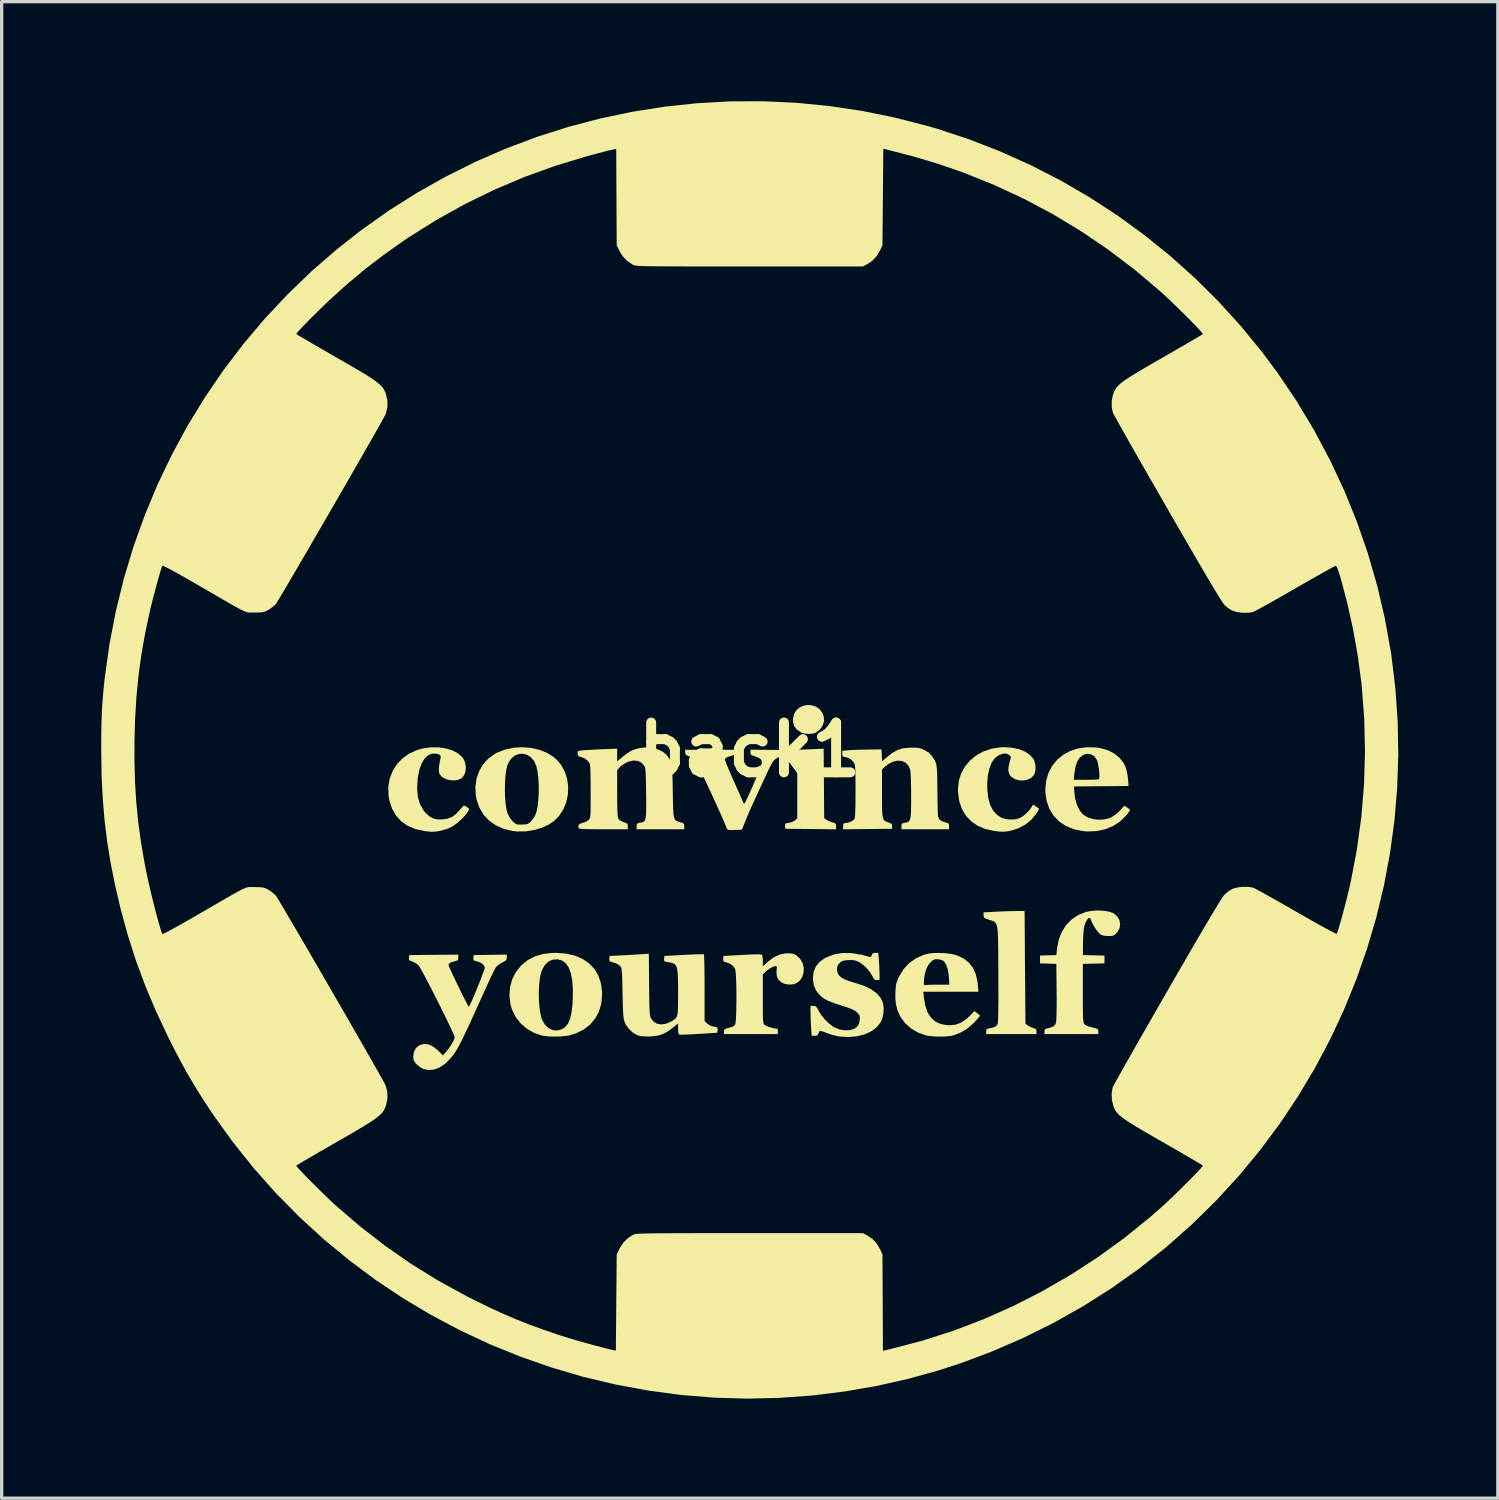
<source format=kicad_pcb>
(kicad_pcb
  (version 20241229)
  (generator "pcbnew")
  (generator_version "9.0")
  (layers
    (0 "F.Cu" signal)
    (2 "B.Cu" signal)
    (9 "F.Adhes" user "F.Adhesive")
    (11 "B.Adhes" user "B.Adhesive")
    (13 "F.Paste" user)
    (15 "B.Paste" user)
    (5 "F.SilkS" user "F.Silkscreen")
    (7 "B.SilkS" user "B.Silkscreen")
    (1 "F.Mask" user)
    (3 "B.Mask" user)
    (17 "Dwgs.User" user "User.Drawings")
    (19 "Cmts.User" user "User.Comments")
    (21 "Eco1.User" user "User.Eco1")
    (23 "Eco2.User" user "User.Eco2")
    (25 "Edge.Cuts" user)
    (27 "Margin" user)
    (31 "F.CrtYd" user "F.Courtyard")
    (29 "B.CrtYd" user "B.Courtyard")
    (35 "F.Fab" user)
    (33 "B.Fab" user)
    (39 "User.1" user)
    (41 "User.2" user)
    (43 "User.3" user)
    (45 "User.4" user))
  (footprint "back1"
    (layer "F.Cu")
    (at 19.533 19.54)
    (property "Reference" "back1" (at 0 0 0) (layer "F.SilkS") (effects (font (size 1.5 1.5) (thickness 0.3))))
    (attr board_only exclude_from_pos_files exclude_from_bom)
    (fp_poly (pts (xy -3.243 -6.998) (xy -3.071 -6.978) (xy -2.98 -6.958) (xy -2.667 -6.846) (xy -2.381 -6.69) (xy -2.127 -6.494) (xy -1.907 -6.26) (xy -1.753 -6.037) (xy -1.611 -5.749) (xy -1.519 -5.452) (xy -1.475 -5.15) (xy -1.478 -4.848) (xy -1.526 -4.552) (xy -1.617 -4.267) (xy -1.75 -3.997) (xy -1.924 -3.747) (xy -2.137 -3.523) (xy -2.387 -3.33) (xy -2.597 -3.209) (xy -2.821 -3.119) (xy -3.075 -3.056) (xy -3.343 -3.021) (xy -3.607 -3.016) (xy -3.844 -3.042) (xy -4.142 -3.123) (xy -4.416 -3.248) (xy -4.672 -3.419) (xy -4.88 -3.604) (xy -5.089 -3.842) (xy -5.251 -4.092) (xy -5.367 -4.363) (xy -5.441 -4.645) (xy -5.475 -4.961) (xy -5.46 -5.271) (xy -5.397 -5.57) (xy -5.289 -5.854) (xy -5.14 -6.118) (xy -4.952 -6.357) (xy -4.728 -6.568) (xy -4.47 -6.745) (xy -4.182 -6.885) (xy -3.961 -6.958) (xy -3.814 -6.986) (xy -3.632 -7.002) (xy -3.436 -7.006)) (stroke (width 0) (type solid)) (fill yes) (layer "F.Mask"))
    (fp_poly (pts (xy 3.568 -7.006) (xy 3.777 -6.989) (xy 3.961 -6.957) (xy 3.998 -6.947) (xy 4.304 -6.833) (xy 4.583 -6.677) (xy 4.831 -6.481) (xy 5.045 -6.25) (xy 5.22 -5.988) (xy 5.353 -5.7) (xy 5.439 -5.389) (xy 5.441 -5.382) (xy 5.475 -5.062) (xy 5.458 -4.743) (xy 5.388 -4.43) (xy 5.266 -4.125) (xy 5.183 -3.97) (xy 5.102 -3.855) (xy 4.991 -3.724) (xy 4.862 -3.589) (xy 4.727 -3.463) (xy 4.6 -3.359) (xy 4.516 -3.302) (xy 4.228 -3.161) (xy 3.925 -3.065) (xy 3.617 -3.015) (xy 3.311 -3.013) (xy 3.205 -3.024) (xy 2.894 -3.093) (xy 2.606 -3.206) (xy 2.342 -3.36) (xy 2.108 -3.55) (xy 1.904 -3.771) (xy 1.736 -4.02) (xy 1.606 -4.29) (xy 1.518 -4.579) (xy 1.475 -4.882) (xy 1.48 -5.194) (xy 1.5 -5.342) (xy 1.582 -5.663) (xy 1.709 -5.958) (xy 1.878 -6.225) (xy 2.087 -6.46) (xy 2.333 -6.659) (xy 2.612 -6.821) (xy 2.922 -6.941) (xy 2.98 -6.958) (xy 3.151 -6.991) (xy 3.353 -7.006)) (stroke (width 0) (type solid)) (fill yes) (layer "F.Mask"))
    (fp_poly (pts (xy 0.218 -13.011) (xy 0.402 -12.99) (xy 0.57 -12.951) (xy 0.74 -12.889) (xy 0.865 -12.833) (xy 1.142 -12.672) (xy 1.385 -12.472) (xy 1.592 -12.239) (xy 1.76 -11.976) (xy 1.884 -11.689) (xy 1.964 -11.382) (xy 1.994 -11.06) (xy 1.995 -11.024) (xy 1.976 -10.733) (xy 1.918 -10.46) (xy 1.816 -10.189) (xy 1.777 -10.107) (xy 1.717 -9.996) (xy 1.654 -9.899) (xy 1.577 -9.803) (xy 1.475 -9.692) (xy 1.411 -9.627) (xy 1.203 -9.438) (xy 0.997 -9.293) (xy 0.779 -9.182) (xy 0.536 -9.099) (xy 0.532 -9.098) (xy 0.372 -9.064) (xy 0.187 -9.04) (xy -0.003 -9.028) (xy -0.176 -9.03) (xy -0.28 -9.041) (xy -0.577 -9.108) (xy -0.844 -9.211) (xy -1.091 -9.355) (xy -1.327 -9.546) (xy -1.411 -9.627) (xy -1.529 -9.749) (xy -1.618 -9.851) (xy -1.687 -9.946) (xy -1.747 -10.048) (xy -1.777 -10.107) (xy -1.894 -10.386) (xy -1.965 -10.662) (xy -1.994 -10.951) (xy -1.995 -11.017) (xy -1.977 -11.309) (xy -1.923 -11.576) (xy -1.827 -11.837) (xy -1.81 -11.875) (xy -1.651 -12.154) (xy -1.452 -12.403) (xy -1.217 -12.616) (xy -0.953 -12.789) (xy -0.87 -12.831) (xy -0.688 -12.91) (xy -0.521 -12.965) (xy -0.35 -12.998) (xy -0.159 -13.014) (xy 0 -13.017)) (stroke (width 0) (type solid)) (fill yes) (layer "F.Mask"))
    (fp_poly (pts (xy 1.883 -1.34) (xy 2.005 -1.297) (xy 2.112 -1.221) (xy 2.194 -1.112) (xy 2.234 -1.009) (xy 2.245 -0.874) (xy 2.208 -0.742) (xy 2.127 -0.623) (xy 2.009 -0.527) (xy 1.977 -0.509) (xy 1.897 -0.487) (xy 1.789 -0.48) (xy 1.676 -0.488) (xy 1.58 -0.51) (xy 1.556 -0.521) (xy 1.426 -0.609) (xy 1.345 -0.715) (xy 1.309 -0.843) (xy 1.309 -0.944) (xy 1.343 -1.085) (xy 1.413 -1.197) (xy 1.511 -1.279) (xy 1.627 -1.33) (xy 1.755 -1.351)) (stroke (width 0) (type solid)) (fill yes) (layer "F.SilkS"))
    (fp_poly (pts (xy 8.298 6.552) (xy 8.312 8.25) (xy 8.374 8.3) (xy 8.442 8.341) (xy 8.527 8.375) (xy 8.54 8.379) (xy 8.608 8.402) (xy 8.637 8.433) (xy 8.644 8.485) (xy 8.644 8.564) (xy 7.886 8.564) (xy 7.128 8.564) (xy 7.128 8.486) (xy 7.134 8.433) (xy 7.163 8.406) (xy 7.228 8.391) (xy 7.347 8.364) (xy 7.423 8.326) (xy 7.468 8.272) (xy 7.475 8.255) (xy 7.482 8.21) (xy 7.487 8.114) (xy 7.491 7.967) (xy 7.494 7.772) (xy 7.496 7.53) (xy 7.496 7.243) (xy 7.495 6.912) (xy 7.495 6.753) (xy 7.493 6.428) (xy 7.492 6.152) (xy 7.49 5.92) (xy 7.486 5.729) (xy 7.481 5.574) (xy 7.473 5.452) (xy 7.462 5.357) (xy 7.446 5.286) (xy 7.425 5.235) (xy 7.399 5.199) (xy 7.366 5.174) (xy 7.326 5.155) (xy 7.279 5.14) (xy 7.222 5.123) (xy 7.213 5.12) (xy 7.124 5.089) (xy 7.075 5.064) (xy 7.054 5.034) (xy 7.049 4.99) (xy 7.049 4.983) (xy 7.048 4.899) (xy 7.347 4.881) (xy 7.507 4.873) (xy 7.692 4.865) (xy 7.873 4.86) (xy 7.966 4.858) (xy 8.285 4.854)) (stroke (width 0) (type solid)) (fill yes) (layer "F.SilkS"))
    (fp_poly (pts (xy -5.54 6.138) (xy -5.272 6.198) (xy -5.038 6.296) (xy -4.84 6.43) (xy -4.679 6.597) (xy -4.559 6.797) (xy -4.479 7.028) (xy -4.444 7.287) (xy -4.442 7.368) (xy -4.465 7.636) (xy -4.535 7.879) (xy -4.649 8.093) (xy -4.804 8.277) (xy -4.998 8.428) (xy -5.23 8.542) (xy -5.43 8.604) (xy -5.565 8.625) (xy -5.73 8.637) (xy -5.908 8.64) (xy -6.078 8.633) (xy -6.223 8.615) (xy -6.268 8.606) (xy -6.504 8.523) (xy -6.717 8.398) (xy -6.901 8.237) (xy -7.05 8.045) (xy -7.157 7.829) (xy -7.205 7.665) (xy -7.235 7.403) (xy -7.229 7.315) (xy -6.35 7.315) (xy -6.347 7.53) (xy -6.332 7.736) (xy -6.307 7.921) (xy -6.271 8.073) (xy -6.248 8.137) (xy -6.161 8.285) (xy -6.052 8.388) (xy -5.927 8.446) (xy -5.791 8.456) (xy -5.649 8.415) (xy -5.647 8.414) (xy -5.549 8.347) (xy -5.47 8.246) (xy -5.41 8.107) (xy -5.366 7.926) (xy -5.338 7.701) (xy -5.328 7.527) (xy -5.324 7.214) (xy -5.343 6.949) (xy -5.385 6.731) (xy -5.449 6.56) (xy -5.536 6.433) (xy -5.646 6.351) (xy -5.781 6.312) (xy -5.795 6.311) (xy -5.938 6.323) (xy -6.066 6.384) (xy -6.172 6.489) (xy -6.253 6.634) (xy -6.289 6.742) (xy -6.322 6.909) (xy -6.342 7.104) (xy -6.35 7.315) (xy -7.229 7.315) (xy -7.217 7.15) (xy -7.151 6.912) (xy -7.04 6.693) (xy -6.885 6.501) (xy -6.863 6.48) (xy -6.675 6.33) (xy -6.466 6.222) (xy -6.229 6.152) (xy -5.96 6.12) (xy -5.839 6.118)) (stroke (width 0) (type solid)) (fill yes) (layer "F.SilkS"))
    (fp_poly (pts (xy -6.587 -0.058) (xy -6.337 -0.002) (xy -6.107 0.089) (xy -5.906 0.213) (xy -5.829 0.278) (xy -5.678 0.454) (xy -5.567 0.657) (xy -5.496 0.879) (xy -5.465 1.111) (xy -5.474 1.346) (xy -5.522 1.576) (xy -5.61 1.793) (xy -5.737 1.989) (xy -5.867 2.125) (xy -6.045 2.25) (xy -6.26 2.349) (xy -6.499 2.419) (xy -6.75 2.457) (xy -7.004 2.46) (xy -7.14 2.445) (xy -7.409 2.381) (xy -7.645 2.276) (xy -7.848 2.134) (xy -8.013 1.956) (xy -8.139 1.746) (xy -8.223 1.506) (xy -8.247 1.38) (xy -8.256 1.209) (xy -7.372 1.209) (xy -7.366 1.417) (xy -7.351 1.611) (xy -7.327 1.778) (xy -7.294 1.906) (xy -7.291 1.916) (xy -7.234 2.029) (xy -7.159 2.132) (xy -7.076 2.211) (xy -7.022 2.243) (xy -6.974 2.251) (xy -6.894 2.253) (xy -6.825 2.251) (xy -6.732 2.244) (xy -6.67 2.225) (xy -6.616 2.185) (xy -6.567 2.135) (xy -6.469 1.994) (xy -6.423 1.879) (xy -6.388 1.714) (xy -6.364 1.513) (xy -6.352 1.292) (xy -6.353 1.064) (xy -6.365 0.845) (xy -6.389 0.649) (xy -6.425 0.49) (xy -6.426 0.486) (xy -6.496 0.333) (xy -6.593 0.221) (xy -6.707 0.149) (xy -6.831 0.118) (xy -6.958 0.127) (xy -7.078 0.177) (xy -7.184 0.268) (xy -7.269 0.399) (xy -7.302 0.487) (xy -7.334 0.626) (xy -7.356 0.802) (xy -7.368 1) (xy -7.372 1.209) (xy -8.256 1.209) (xy -8.261 1.123) (xy -8.228 0.877) (xy -8.15 0.648) (xy -8.031 0.443) (xy -7.873 0.266) (xy -7.68 0.124) (xy -7.607 0.085) (xy -7.367 -0.008) (xy -7.112 -0.062) (xy -6.849 -0.078)) (stroke (width 0) (type solid)) (fill yes) (layer "F.SilkS"))
    (fp_poly (pts (xy 7.906 -0.064) (xy 8.115 -0.019) (xy 8.296 0.053) (xy 8.441 0.149) (xy 8.545 0.266) (xy 8.579 0.332) (xy 8.613 0.464) (xy 8.614 0.602) (xy 8.582 0.726) (xy 8.557 0.774) (xy 8.473 0.854) (xy 8.361 0.904) (xy 8.233 0.925) (xy 8.102 0.916) (xy 7.981 0.878) (xy 7.883 0.812) (xy 7.833 0.746) (xy 7.803 0.666) (xy 7.796 0.577) (xy 7.811 0.467) (xy 7.837 0.363) (xy 7.861 0.276) (xy 7.869 0.224) (xy 7.86 0.192) (xy 7.833 0.165) (xy 7.821 0.156) (xy 7.735 0.113) (xy 7.633 0.116) (xy 7.508 0.163) (xy 7.501 0.166) (xy 7.386 0.254) (xy 7.293 0.388) (xy 7.224 0.562) (xy 7.179 0.774) (xy 7.16 1.019) (xy 7.162 1.184) (xy 7.188 1.44) (xy 7.246 1.655) (xy 7.335 1.828) (xy 7.456 1.961) (xy 7.589 2.046) (xy 7.716 2.086) (xy 7.867 2.101) (xy 8.018 2.091) (xy 8.133 2.06) (xy 8.235 2) (xy 8.344 1.908) (xy 8.442 1.801) (xy 8.488 1.735) (xy 8.542 1.649) (xy 8.626 1.707) (xy 8.683 1.746) (xy 8.717 1.77) (xy 8.721 1.772) (xy 8.713 1.797) (xy 8.682 1.852) (xy 8.644 1.914) (xy 8.494 2.101) (xy 8.306 2.255) (xy 8.09 2.369) (xy 7.88 2.434) (xy 7.769 2.456) (xy 7.676 2.466) (xy 7.583 2.467) (xy 7.47 2.457) (xy 7.372 2.445) (xy 7.105 2.387) (xy 6.871 2.289) (xy 6.674 2.153) (xy 6.514 1.981) (xy 6.393 1.775) (xy 6.314 1.538) (xy 6.279 1.271) (xy 6.277 1.187) (xy 6.303 0.939) (xy 6.375 0.709) (xy 6.49 0.501) (xy 6.644 0.319) (xy 6.832 0.166) (xy 7.05 0.047) (xy 7.293 -0.035) (xy 7.558 -0.076) (xy 7.673 -0.08)) (stroke (width 0) (type solid)) (fill yes) (layer "F.SilkS"))
    (fp_poly (pts (xy -9.165 -0.046) (xy -8.969 0.011) (xy -8.802 0.095) (xy -8.672 0.203) (xy -8.626 0.261) (xy -8.571 0.38) (xy -8.549 0.511) (xy -8.557 0.642) (xy -8.596 0.758) (xy -8.663 0.846) (xy -8.685 0.863) (xy -8.802 0.911) (xy -8.94 0.924) (xy -9.082 0.905) (xy -9.21 0.855) (xy -9.287 0.798) (xy -9.336 0.738) (xy -9.358 0.672) (xy -9.362 0.594) (xy -9.354 0.488) (xy -9.335 0.371) (xy -9.325 0.327) (xy -9.305 0.232) (xy -9.312 0.174) (xy -9.353 0.14) (xy -9.434 0.117) (xy -9.435 0.117) (xy -9.566 0.115) (xy -9.683 0.163) (xy -9.786 0.258) (xy -9.873 0.397) (xy -9.941 0.577) (xy -9.989 0.795) (xy -10.002 0.892) (xy -10.016 1.178) (xy -9.991 1.429) (xy -9.926 1.645) (xy -9.821 1.828) (xy -9.773 1.887) (xy -9.654 1.999) (xy -9.534 2.066) (xy -9.398 2.096) (xy -9.271 2.097) (xy -9.102 2.075) (xy -8.965 2.023) (xy -8.845 1.934) (xy -8.753 1.833) (xy -8.69 1.76) (xy -8.638 1.706) (xy -8.607 1.683) (xy -8.607 1.682) (xy -8.567 1.693) (xy -8.512 1.727) (xy -8.511 1.728) (xy -8.445 1.779) (xy -8.495 1.874) (xy -8.565 1.972) (xy -8.668 2.082) (xy -8.79 2.19) (xy -8.918 2.284) (xy -9.008 2.337) (xy -9.142 2.391) (xy -9.296 2.435) (xy -9.449 2.463) (xy -9.575 2.47) (xy -9.637 2.465) (xy -9.729 2.455) (xy -9.802 2.446) (xy -10.068 2.388) (xy -10.299 2.291) (xy -10.494 2.155) (xy -10.652 1.982) (xy -10.771 1.773) (xy -10.851 1.53) (xy -10.877 1.377) (xy -10.885 1.118) (xy -10.843 0.871) (xy -10.756 0.643) (xy -10.627 0.438) (xy -10.46 0.26) (xy -10.258 0.116) (xy -10.025 0.009) (xy -9.848 -0.041) (xy -9.613 -0.074) (xy -9.382 -0.075)) (stroke (width 0) (type solid)) (fill yes) (layer "F.SilkS"))
    (fp_poly (pts (xy 10.429 -0.072) (xy 10.574 -0.051) (xy 10.791 0.011) (xy 10.983 0.11) (xy 11.145 0.241) (xy 11.269 0.398) (xy 11.329 0.522) (xy 11.36 0.628) (xy 11.386 0.758) (xy 11.402 0.881) (xy 11.418 1.09) (xy 10.596 1.097) (xy 9.774 1.104) (xy 9.783 1.263) (xy 9.808 1.467) (xy 9.862 1.655) (xy 9.939 1.816) (xy 10.034 1.937) (xy 10.044 1.947) (xy 10.173 2.03) (xy 10.333 2.084) (xy 10.508 2.107) (xy 10.685 2.097) (xy 10.849 2.054) (xy 10.891 2.036) (xy 10.993 1.973) (xy 11.101 1.887) (xy 11.163 1.825) (xy 11.292 1.684) (xy 11.377 1.74) (xy 11.432 1.78) (xy 11.461 1.81) (xy 11.463 1.814) (xy 11.447 1.843) (xy 11.407 1.9) (xy 11.35 1.972) (xy 11.17 2.151) (xy 10.958 2.292) (xy 10.718 2.392) (xy 10.457 2.448) (xy 10.18 2.46) (xy 10.027 2.447) (xy 9.759 2.39) (xy 9.523 2.292) (xy 9.322 2.156) (xy 9.158 1.984) (xy 9.033 1.78) (xy 8.951 1.547) (xy 8.913 1.287) (xy 8.91 1.198) (xy 8.935 0.937) (xy 8.944 0.904) (xy 9.768 0.904) (xy 10.13 0.904) (xy 10.265 0.902) (xy 10.382 0.898) (xy 10.47 0.893) (xy 10.519 0.886) (xy 10.523 0.884) (xy 10.537 0.848) (xy 10.54 0.773) (xy 10.535 0.674) (xy 10.522 0.562) (xy 10.504 0.452) (xy 10.481 0.357) (xy 10.457 0.294) (xy 10.381 0.192) (xy 10.282 0.134) (xy 10.173 0.119) (xy 10.062 0.149) (xy 9.96 0.223) (xy 9.921 0.269) (xy 9.863 0.374) (xy 9.82 0.511) (xy 9.789 0.689) (xy 9.779 0.778) (xy 9.768 0.904) (xy 8.944 0.904) (xy 9.004 0.698) (xy 9.115 0.486) (xy 9.264 0.303) (xy 9.445 0.153) (xy 9.657 0.037) (xy 9.894 -0.041) (xy 10.153 -0.078)) (stroke (width 0) (type solid)) (fill yes) (layer "F.SilkS"))
    (fp_poly (pts (xy 10.663 4.848) (xy 10.817 4.872) (xy 10.938 4.912) (xy 10.956 4.921) (xy 11.068 5.01) (xy 11.139 5.121) (xy 11.166 5.245) (xy 11.148 5.371) (xy 11.083 5.489) (xy 11.051 5.524) (xy 10.993 5.576) (xy 10.939 5.602) (xy 10.866 5.611) (xy 10.813 5.612) (xy 10.714 5.605) (xy 10.624 5.587) (xy 10.587 5.573) (xy 10.529 5.525) (xy 10.461 5.444) (xy 10.392 5.342) (xy 10.331 5.236) (xy 10.291 5.141) (xy 10.262 5.075) (xy 10.231 5.059) (xy 10.19 5.093) (xy 10.165 5.127) (xy 10.123 5.199) (xy 10.092 5.287) (xy 10.07 5.399) (xy 10.056 5.545) (xy 10.048 5.732) (xy 10.046 5.803) (xy 10.04 6.184) (xy 10.366 6.191) (xy 10.692 6.199) (xy 10.692 6.317) (xy 10.692 6.435) (xy 10.366 6.442) (xy 10.04 6.45) (xy 10.04 7.331) (xy 10.04 7.573) (xy 10.041 7.766) (xy 10.043 7.918) (xy 10.046 8.034) (xy 10.05 8.119) (xy 10.056 8.178) (xy 10.064 8.219) (xy 10.074 8.245) (xy 10.086 8.264) (xy 10.088 8.266) (xy 10.135 8.302) (xy 10.211 8.334) (xy 10.325 8.366) (xy 10.433 8.39) (xy 10.486 8.412) (xy 10.505 8.458) (xy 10.506 8.485) (xy 10.506 8.564) (xy 9.695 8.564) (xy 8.883 8.564) (xy 8.883 8.487) (xy 8.891 8.431) (xy 8.927 8.403) (xy 8.97 8.392) (xy 9.087 8.363) (xy 9.163 8.326) (xy 9.209 8.275) (xy 9.23 8.222) (xy 9.239 8.163) (xy 9.245 8.054) (xy 9.249 7.899) (xy 9.252 7.699) (xy 9.252 7.458) (xy 9.25 7.288) (xy 9.242 6.45) (xy 8.996 6.442) (xy 8.75 6.434) (xy 8.75 6.317) (xy 8.75 6.199) (xy 8.996 6.191) (xy 9.242 6.184) (xy 9.261 5.998) (xy 9.311 5.731) (xy 9.402 5.492) (xy 9.532 5.285) (xy 9.697 5.113) (xy 9.896 4.98) (xy 10.124 4.888) (xy 10.159 4.879) (xy 10.319 4.85) (xy 10.492 4.84)) (stroke (width 0) (type solid)) (fill yes) (layer "F.SilkS"))
    (fp_poly (pts (xy 5.861 6.125) (xy 6.033 6.143) (xy 6.181 6.172) (xy 6.254 6.194) (xy 6.454 6.292) (xy 6.613 6.417) (xy 6.733 6.573) (xy 6.817 6.764) (xy 6.867 6.994) (xy 6.877 7.083) (xy 6.896 7.288) (xy 6.065 7.288) (xy 5.233 7.288) (xy 5.253 7.467) (xy 5.295 7.712) (xy 5.365 7.914) (xy 5.465 8.071) (xy 5.595 8.187) (xy 5.756 8.261) (xy 5.95 8.295) (xy 6.036 8.298) (xy 6.213 8.279) (xy 6.374 8.219) (xy 6.528 8.115) (xy 6.626 8.023) (xy 6.772 7.874) (xy 6.856 7.933) (xy 6.911 7.976) (xy 6.94 8.007) (xy 6.941 8.012) (xy 6.924 8.038) (xy 6.879 8.094) (xy 6.812 8.168) (xy 6.769 8.214) (xy 6.572 8.391) (xy 6.357 8.521) (xy 6.146 8.602) (xy 6.024 8.625) (xy 5.867 8.638) (xy 5.694 8.641) (xy 5.521 8.633) (xy 5.368 8.614) (xy 5.31 8.602) (xy 5.078 8.521) (xy 4.869 8.398) (xy 4.69 8.24) (xy 4.55 8.052) (xy 4.527 8.01) (xy 4.454 7.845) (xy 4.41 7.673) (xy 4.391 7.481) (xy 4.394 7.295) (xy 4.402 7.164) (xy 4.415 7.066) (xy 4.438 6.981) (xy 4.442 6.972) (xy 5.251 6.972) (xy 5.251 7.051) (xy 5.267 7.089) (xy 5.3 7.093) (xy 5.311 7.09) (xy 5.352 7.084) (xy 5.434 7.079) (xy 5.546 7.076) (xy 5.676 7.075) (xy 5.685 7.075) (xy 6.019 7.075) (xy 6.003 6.838) (xy 5.978 6.641) (xy 5.931 6.488) (xy 5.863 6.38) (xy 5.84 6.358) (xy 5.788 6.333) (xy 5.709 6.314) (xy 5.684 6.311) (xy 5.6 6.308) (xy 5.537 6.331) (xy 5.483 6.37) (xy 5.388 6.476) (xy 5.32 6.612) (xy 5.274 6.787) (xy 5.265 6.848) (xy 5.251 6.972) (xy 4.442 6.972) (xy 4.475 6.89) (xy 4.505 6.826) (xy 4.639 6.607) (xy 4.811 6.423) (xy 5.017 6.278) (xy 5.252 6.176) (xy 5.376 6.143) (xy 5.515 6.124) (xy 5.682 6.119)) (stroke (width 0) (type solid)) (fill yes) (layer "F.SilkS"))
    (fp_poly (pts (xy 1.254 6.135) (xy 1.331 6.151) (xy 1.398 6.184) (xy 1.417 6.197) (xy 1.525 6.299) (xy 1.597 6.425) (xy 1.631 6.565) (xy 1.628 6.706) (xy 1.588 6.84) (xy 1.511 6.955) (xy 1.426 7.024) (xy 1.312 7.066) (xy 1.178 7.073) (xy 1.044 7.046) (xy 0.971 7.014) (xy 0.875 6.935) (xy 0.822 6.828) (xy 0.81 6.69) (xy 0.814 6.643) (xy 0.821 6.565) (xy 0.814 6.527) (xy 0.79 6.516) (xy 0.786 6.516) (xy 0.712 6.534) (xy 0.619 6.582) (xy 0.523 6.651) (xy 0.485 6.684) (xy 0.399 6.766) (xy 0.399 7.501) (xy 0.399 7.718) (xy 0.4 7.887) (xy 0.401 8.017) (xy 0.404 8.111) (xy 0.409 8.178) (xy 0.417 8.223) (xy 0.427 8.253) (xy 0.441 8.273) (xy 0.459 8.291) (xy 0.459 8.291) (xy 0.511 8.321) (xy 0.596 8.353) (xy 0.696 8.381) (xy 0.789 8.4) (xy 0.843 8.405) (xy 0.849 8.428) (xy 0.851 8.484) (xy 0.851 8.484) (xy 0.851 8.564) (xy 0.04 8.564) (xy -0.771 8.564) (xy -0.771 8.487) (xy -0.767 8.443) (xy -0.746 8.416) (xy -0.697 8.395) (xy -0.619 8.374) (xy -0.521 8.345) (xy -0.462 8.31) (xy -0.433 8.272) (xy -0.422 8.222) (xy -0.413 8.128) (xy -0.406 7.998) (xy -0.401 7.841) (xy -0.398 7.664) (xy -0.396 7.478) (xy -0.397 7.289) (xy -0.4 7.107) (xy -0.405 6.94) (xy -0.412 6.797) (xy -0.42 6.687) (xy -0.431 6.617) (xy -0.436 6.601) (xy -0.504 6.505) (xy -0.598 6.441) (xy -0.686 6.411) (xy -0.757 6.389) (xy -0.789 6.364) (xy -0.795 6.322) (xy -0.793 6.295) (xy -0.785 6.21) (xy -0.213 6.179) (xy -0.014 6.169) (xy 0.138 6.163) (xy 0.248 6.161) (xy 0.321 6.163) (xy 0.363 6.17) (xy 0.378 6.179) (xy 0.389 6.221) (xy 0.397 6.298) (xy 0.399 6.366) (xy 0.399 6.521) (xy 0.539 6.395) (xy 0.717 6.258) (xy 0.895 6.172) (xy 1.081 6.134) (xy 1.146 6.131)) (stroke (width 0) (type solid)) (fill yes) (layer "F.SilkS"))
    (fp_poly (pts (xy -3.027 7.068) (xy -3.025 7.318) (xy -3.022 7.521) (xy -3.019 7.682) (xy -3.014 7.807) (xy -3.009 7.901) (xy -3.003 7.971) (xy -2.994 8.022) (xy -2.984 8.059) (xy -2.972 8.087) (xy -2.894 8.189) (xy -2.787 8.252) (xy -2.659 8.273) (xy -2.517 8.253) (xy -2.376 8.192) (xy -2.311 8.155) (xy -2.26 8.121) (xy -2.222 8.084) (xy -2.194 8.038) (xy -2.175 7.975) (xy -2.163 7.889) (xy -2.157 7.772) (xy -2.155 7.62) (xy -2.154 7.423) (xy -2.154 7.321) (xy -2.155 7.081) (xy -2.158 6.889) (xy -2.165 6.739) (xy -2.178 6.626) (xy -2.199 6.543) (xy -2.229 6.485) (xy -2.271 6.447) (xy -2.327 6.423) (xy -2.397 6.407) (xy -2.455 6.398) (xy -2.531 6.385) (xy -2.568 6.367) (xy -2.577 6.334) (xy -2.575 6.295) (xy -2.567 6.21) (xy -1.982 6.179) (xy -1.811 6.171) (xy -1.658 6.164) (xy -1.53 6.16) (xy -1.437 6.158) (xy -1.385 6.159) (xy -1.377 6.161) (xy -1.372 6.189) (xy -1.368 6.265) (xy -1.364 6.382) (xy -1.361 6.535) (xy -1.359 6.717) (xy -1.357 6.923) (xy -1.356 7.147) (xy -1.356 7.171) (xy -1.356 8.169) (xy -1.281 8.245) (xy -1.18 8.312) (xy -1.08 8.339) (xy -1.005 8.353) (xy -0.969 8.371) (xy -0.96 8.405) (xy -0.963 8.441) (xy -0.971 8.524) (xy -1.527 8.559) (xy -1.695 8.569) (xy -1.846 8.576) (xy -1.972 8.581) (xy -2.064 8.582) (xy -2.113 8.581) (xy -2.119 8.58) (xy -2.142 8.546) (xy -2.153 8.466) (xy -2.154 8.405) (xy -2.154 8.244) (xy -2.307 8.369) (xy -2.466 8.486) (xy -2.614 8.565) (xy -2.768 8.612) (xy -2.946 8.633) (xy -3.005 8.636) (xy -3.164 8.635) (xy -3.284 8.624) (xy -3.376 8.6) (xy -3.503 8.53) (xy -3.622 8.423) (xy -3.719 8.296) (xy -3.764 8.203) (xy -3.779 8.156) (xy -3.791 8.1) (xy -3.8 8.028) (xy -3.808 7.932) (xy -3.815 7.807) (xy -3.82 7.646) (xy -3.825 7.441) (xy -3.828 7.323) (xy -3.832 7.104) (xy -3.837 6.932) (xy -3.841 6.8) (xy -3.846 6.702) (xy -3.853 6.633) (xy -3.861 6.585) (xy -3.872 6.553) (xy -3.886 6.529) (xy -3.904 6.509) (xy -3.906 6.507) (xy -3.974 6.458) (xy -4.068 6.418) (xy -4.1 6.409) (xy -4.178 6.388) (xy -4.215 6.367) (xy -4.226 6.333) (xy -4.224 6.294) (xy -4.216 6.21) (xy -3.87 6.193) (xy -3.71 6.185) (xy -3.541 6.175) (xy -3.385 6.166) (xy -3.28 6.159) (xy -3.035 6.143)) (stroke (width 0) (type solid)) (fill yes) (layer "F.SilkS"))
    (fp_poly (pts (xy 3.893 6.297) (xy 3.901 6.415) (xy 3.909 6.557) (xy 3.913 6.693) (xy 3.914 6.702) (xy 3.918 6.928) (xy 3.84 6.936) (xy 3.791 6.935) (xy 3.755 6.913) (xy 3.72 6.857) (xy 3.702 6.822) (xy 3.622 6.691) (xy 3.513 6.563) (xy 3.392 6.454) (xy 3.278 6.383) (xy 3.19 6.349) (xy 3.102 6.334) (xy 2.989 6.334) (xy 2.974 6.335) (xy 2.871 6.344) (xy 2.802 6.36) (xy 2.749 6.391) (xy 2.714 6.422) (xy 2.657 6.49) (xy 2.635 6.564) (xy 2.633 6.611) (xy 2.646 6.707) (xy 2.686 6.788) (xy 2.761 6.858) (xy 2.874 6.92) (xy 3.031 6.979) (xy 3.192 7.026) (xy 3.447 7.11) (xy 3.659 7.213) (xy 3.826 7.333) (xy 3.946 7.468) (xy 4.016 7.618) (xy 4.016 7.62) (xy 4.04 7.774) (xy 4.033 7.94) (xy 3.999 8.097) (xy 3.953 8.201) (xy 3.834 8.353) (xy 3.675 8.476) (xy 3.48 8.567) (xy 3.254 8.627) (xy 3.004 8.652) (xy 2.739 8.641) (xy 2.621 8.62) (xy 2.486 8.586) (xy 2.38 8.552) (xy 2.261 8.507) (xy 2.183 8.479) (xy 2.135 8.469) (xy 2.108 8.475) (xy 2.093 8.497) (xy 2.079 8.535) (xy 2.079 8.535) (xy 2.051 8.593) (xy 2.006 8.615) (xy 1.96 8.617) (xy 1.87 8.617) (xy 1.853 8.358) (xy 1.845 8.217) (xy 1.839 8.069) (xy 1.836 7.939) (xy 1.835 7.906) (xy 1.835 7.713) (xy 1.922 7.714) (xy 1.974 7.72) (xy 2.011 7.744) (xy 2.047 7.798) (xy 2.075 7.852) (xy 2.159 7.99) (xy 2.273 8.13) (xy 2.403 8.256) (xy 2.532 8.35) (xy 2.552 8.361) (xy 2.701 8.422) (xy 2.856 8.45) (xy 3.005 8.447) (xy 3.137 8.412) (xy 3.238 8.345) (xy 3.244 8.339) (xy 3.297 8.249) (xy 3.318 8.14) (xy 3.323 8.057) (xy 3.31 8.001) (xy 3.272 7.949) (xy 3.24 7.916) (xy 3.192 7.874) (xy 3.132 7.837) (xy 3.051 7.801) (xy 2.937 7.759) (xy 2.791 7.712) (xy 2.608 7.653) (xy 2.466 7.603) (xy 2.357 7.557) (xy 2.271 7.512) (xy 2.198 7.463) (xy 2.129 7.405) (xy 2.008 7.263) (xy 1.935 7.096) (xy 1.908 6.904) (xy 1.908 6.889) (xy 1.929 6.697) (xy 1.992 6.534) (xy 2.101 6.397) (xy 2.257 6.282) (xy 2.314 6.251) (xy 2.548 6.163) (xy 2.806 6.121) (xy 3.09 6.126) (xy 3.398 6.179) (xy 3.607 6.237) (xy 3.652 6.24) (xy 3.676 6.203) (xy 3.681 6.186) (xy 3.703 6.138) (xy 3.748 6.119) (xy 3.787 6.117) (xy 3.876 6.117)) (stroke (width 0) (type solid)) (fill yes) (layer "F.SilkS"))
    (fp_poly (pts (xy -7.315 6.256) (xy -7.321 6.309) (xy -7.345 6.346) (xy -7.398 6.381) (xy -7.455 6.41) (xy -7.549 6.466) (xy -7.626 6.532) (xy -7.65 6.562) (xy -7.676 6.609) (xy -7.72 6.697) (xy -7.779 6.819) (xy -7.848 6.966) (xy -7.925 7.132) (xy -7.992 7.28) (xy -8.143 7.615) (xy -8.275 7.906) (xy -8.389 8.155) (xy -8.487 8.368) (xy -8.572 8.548) (xy -8.644 8.699) (xy -8.707 8.825) (xy -8.762 8.929) (xy -8.811 9.016) (xy -8.856 9.09) (xy -8.899 9.153) (xy -8.942 9.211) (xy -8.987 9.267) (xy -9.016 9.303) (xy -9.172 9.459) (xy -9.336 9.569) (xy -9.505 9.633) (xy -9.673 9.648) (xy -9.828 9.616) (xy -9.909 9.573) (xy -9.996 9.507) (xy -10.034 9.471) (xy -10.094 9.399) (xy -10.124 9.339) (xy -10.133 9.264) (xy -10.133 9.237) (xy -10.112 9.098) (xy -10.052 8.985) (xy -9.959 8.907) (xy -9.934 8.895) (xy -9.803 8.861) (xy -9.674 8.874) (xy -9.543 8.934) (xy -9.403 9.043) (xy -9.373 9.073) (xy -9.237 9.207) (xy -9.137 9.091) (xy -9.061 8.995) (xy -8.99 8.89) (xy -8.932 8.789) (xy -8.894 8.706) (xy -8.884 8.661) (xy -8.895 8.622) (xy -8.929 8.542) (xy -8.981 8.427) (xy -9.049 8.283) (xy -9.13 8.116) (xy -9.22 7.932) (xy -9.316 7.737) (xy -9.416 7.538) (xy -9.517 7.339) (xy -9.615 7.148) (xy -9.708 6.97) (xy -9.791 6.811) (xy -9.864 6.678) (xy -9.921 6.576) (xy -9.961 6.511) (xy -9.975 6.493) (xy -10.055 6.431) (xy -10.147 6.384) (xy -10.163 6.379) (xy -10.23 6.355) (xy -10.259 6.327) (xy -10.262 6.279) (xy -10.261 6.266) (xy -10.253 6.184) (xy -9.515 6.177) (xy -8.777 6.17) (xy -8.777 6.26) (xy -8.782 6.321) (xy -8.808 6.351) (xy -8.869 6.368) (xy -8.876 6.369) (xy -8.988 6.399) (xy -9.051 6.438) (xy -9.07 6.484) (xy -9.059 6.518) (xy -9.028 6.591) (xy -8.981 6.694) (xy -8.922 6.821) (xy -8.855 6.963) (xy -8.782 7.112) (xy -8.709 7.262) (xy -8.639 7.404) (xy -8.575 7.53) (xy -8.521 7.633) (xy -8.482 7.705) (xy -8.46 7.738) (xy -8.458 7.74) (xy -8.441 7.716) (xy -8.409 7.651) (xy -8.364 7.553) (xy -8.311 7.431) (xy -8.253 7.292) (xy -8.193 7.144) (xy -8.134 6.998) (xy -8.08 6.859) (xy -8.034 6.738) (xy -8 6.642) (xy -7.981 6.579) (xy -7.978 6.562) (xy -8.004 6.493) (xy -8.073 6.431) (xy -8.174 6.383) (xy -8.24 6.367) (xy -8.299 6.35) (xy -8.321 6.319) (xy -8.32 6.267) (xy -8.312 6.184) (xy -7.813 6.177) (xy -7.314 6.169)) (stroke (width 0) (type solid)) (fill yes) (layer "F.SilkS"))
    (fp_poly (pts (xy 4.993 -0.064) (xy 5.083 -0.057) (xy 5.156 -0.041) (xy 5.229 -0.012) (xy 5.273 0.009) (xy 5.406 0.092) (xy 5.499 0.193) (xy 5.5 0.195) (xy 5.543 0.26) (xy 5.577 0.316) (xy 5.603 0.371) (xy 5.622 0.432) (xy 5.636 0.507) (xy 5.645 0.602) (xy 5.651 0.724) (xy 5.655 0.881) (xy 5.657 1.081) (xy 5.658 1.21) (xy 5.661 1.407) (xy 5.664 1.588) (xy 5.667 1.746) (xy 5.671 1.875) (xy 5.675 1.965) (xy 5.679 2.011) (xy 5.679 2.013) (xy 5.718 2.094) (xy 5.798 2.152) (xy 5.893 2.184) (xy 5.966 2.206) (xy 6 2.231) (xy 6.01 2.275) (xy 6.011 2.304) (xy 6.011 2.394) (xy 5.293 2.394) (xy 4.575 2.394) (xy 4.575 2.304) (xy 4.579 2.246) (xy 4.603 2.216) (xy 4.661 2.201) (xy 4.68 2.198) (xy 4.734 2.187) (xy 4.776 2.172) (xy 4.808 2.146) (xy 4.832 2.104) (xy 4.848 2.038) (xy 4.859 1.944) (xy 4.864 1.816) (xy 4.867 1.647) (xy 4.867 1.432) (xy 4.867 1.389) (xy 4.866 1.174) (xy 4.863 0.982) (xy 4.857 0.82) (xy 4.85 0.696) (xy 4.841 0.615) (xy 4.838 0.599) (xy 4.784 0.474) (xy 4.698 0.386) (xy 4.588 0.336) (xy 4.46 0.326) (xy 4.323 0.356) (xy 4.184 0.427) (xy 4.092 0.499) (xy 3.99 0.591) (xy 3.99 1.317) (xy 3.99 1.545) (xy 3.991 1.725) (xy 3.995 1.865) (xy 4.003 1.969) (xy 4.016 2.045) (xy 4.036 2.097) (xy 4.064 2.133) (xy 4.102 2.157) (xy 4.15 2.177) (xy 4.189 2.19) (xy 4.258 2.219) (xy 4.289 2.252) (xy 4.295 2.303) (xy 4.295 2.38) (xy 3.557 2.387) (xy 2.819 2.395) (xy 2.819 2.301) (xy 2.824 2.238) (xy 2.846 2.212) (xy 2.887 2.208) (xy 2.978 2.193) (xy 3.069 2.156) (xy 3.14 2.107) (xy 3.163 2.079) (xy 3.172 2.033) (xy 3.18 1.935) (xy 3.186 1.787) (xy 3.19 1.591) (xy 3.191 1.347) (xy 3.192 1.245) (xy 3.191 1.02) (xy 3.19 0.841) (xy 3.189 0.704) (xy 3.185 0.6) (xy 3.18 0.524) (xy 3.173 0.469) (xy 3.163 0.43) (xy 3.15 0.4) (xy 3.138 0.377) (xy 3.063 0.297) (xy 2.961 0.238) (xy 2.854 0.213) (xy 2.847 0.213) (xy 2.809 0.202) (xy 2.794 0.162) (xy 2.793 0.122) (xy 2.793 0.031) (xy 2.959 0.014) (xy 3.045 0.008) (xy 3.17 0.002) (xy 3.32 -0.003) (xy 3.48 -0.006) (xy 3.551 -0.008) (xy 3.976 -0.013) (xy 3.984 0.166) (xy 3.992 0.345) (xy 4.157 0.205) (xy 4.312 0.086) (xy 4.457 0.006) (xy 4.607 -0.042) (xy 4.779 -0.062) (xy 4.867 -0.065)) (stroke (width 0) (type solid)) (fill yes) (layer "F.SilkS"))
    (fp_poly (pts (xy 2.24 1.009) (xy 2.247 2.053) (xy 2.311 2.104) (xy 2.378 2.143) (xy 2.465 2.178) (xy 2.49 2.185) (xy 2.562 2.206) (xy 2.596 2.232) (xy 2.606 2.277) (xy 2.606 2.304) (xy 2.606 2.395) (xy 1.842 2.387) (xy 1.077 2.38) (xy 1.069 2.298) (xy 1.068 2.248) (xy 1.084 2.221) (xy 1.132 2.206) (xy 1.187 2.198) (xy 1.287 2.172) (xy 1.365 2.131) (xy 1.375 2.123) (xy 1.436 2.065) (xy 1.436 1.247) (xy 1.436 0.43) (xy 1.37 0.351) (xy 1.282 0.281) (xy 1.178 0.239) (xy 1.098 0.215) (xy 1.039 0.192) (xy 1.023 0.184) (xy 0.979 0.18) (xy 0.91 0.202) (xy 0.832 0.243) (xy 0.76 0.295) (xy 0.721 0.335) (xy 0.681 0.396) (xy 0.629 0.488) (xy 0.576 0.592) (xy 0.567 0.611) (xy 0.424 0.92) (xy 0.301 1.184) (xy 0.196 1.41) (xy 0.109 1.601) (xy 0.037 1.762) (xy -0.023 1.897) (xy -0.072 2.012) (xy -0.112 2.109) (xy -0.119 2.128) (xy -0.23 2.407) (xy -0.448 2.415) (xy -0.556 2.418) (xy -0.622 2.415) (xy -0.66 2.404) (xy -0.679 2.383) (xy -0.689 2.362) (xy -0.732 2.256) (xy -0.79 2.118) (xy -0.862 1.955) (xy -0.943 1.774) (xy -1.031 1.58) (xy -1.123 1.379) (xy -1.216 1.179) (xy -1.307 0.985) (xy -1.393 0.804) (xy -1.471 0.642) (xy -1.538 0.505) (xy -1.592 0.4) (xy -1.629 0.333) (xy -1.643 0.313) (xy -1.712 0.257) (xy -1.801 0.207) (xy -1.826 0.196) (xy -1.899 0.164) (xy -1.932 0.13) (xy -1.942 0.082) (xy -1.942 0.076) (xy -1.942 0) (xy -1.197 0) (xy -0.452 0) (xy -0.452 0.079) (xy -0.462 0.139) (xy -0.501 0.168) (xy -0.525 0.175) (xy -0.651 0.211) (xy -0.724 0.252) (xy -0.745 0.294) (xy -0.734 0.331) (xy -0.705 0.409) (xy -0.659 0.52) (xy -0.601 0.658) (xy -0.532 0.814) (xy -0.49 0.909) (xy -0.416 1.074) (xy -0.348 1.227) (xy -0.29 1.359) (xy -0.245 1.463) (xy -0.216 1.531) (xy -0.208 1.549) (xy -0.182 1.602) (xy -0.16 1.622) (xy -0.142 1.599) (xy -0.107 1.533) (xy -0.058 1.431) (xy 0.002 1.3) (xy 0.071 1.146) (xy 0.144 0.977) (xy 0.22 0.798) (xy 0.277 0.66) (xy 0.332 0.521) (xy 0.362 0.421) (xy 0.369 0.351) (xy 0.351 0.302) (xy 0.31 0.265) (xy 0.273 0.244) (xy 0.189 0.207) (xy 0.112 0.179) (xy 0.1 0.176) (xy 0.047 0.153) (xy 0.028 0.106) (xy 0.027 0.077) (xy 0.027 -0.004) (xy 0.645 0.002) (xy 0.86 0.003) (xy 1.095 0.002) (xy 1.33 -0.002) (xy 1.549 -0.006) (xy 1.733 -0.012) (xy 1.748 -0.013) (xy 2.232 -0.034)) (stroke (width 0) (type solid)) (fill yes) (layer "F.SilkS"))
    (fp_poly (pts (xy -2.944 -0.059) (xy -2.771 -0.016) (xy -2.621 0.053) (xy -2.507 0.146) (xy -2.487 0.17) (xy -2.444 0.228) (xy -2.409 0.282) (xy -2.382 0.339) (xy -2.361 0.404) (xy -2.346 0.486) (xy -2.335 0.589) (xy -2.327 0.722) (xy -2.321 0.891) (xy -2.317 1.102) (xy -2.314 1.254) (xy -2.31 1.491) (xy -2.306 1.681) (xy -2.3 1.829) (xy -2.291 1.941) (xy -2.278 2.023) (xy -2.259 2.081) (xy -2.233 2.119) (xy -2.198 2.144) (xy -2.153 2.162) (xy -2.097 2.178) (xy -2.087 2.181) (xy -2.014 2.205) (xy -1.979 2.232) (xy -1.969 2.276) (xy -1.968 2.304) (xy -1.968 2.394) (xy -2.686 2.394) (xy -3.404 2.394) (xy -3.404 2.304) (xy -3.4 2.246) (xy -3.377 2.216) (xy -3.319 2.201) (xy -3.298 2.197) (xy -3.246 2.188) (xy -3.204 2.174) (xy -3.172 2.149) (xy -3.148 2.109) (xy -3.131 2.048) (xy -3.121 1.96) (xy -3.116 1.839) (xy -3.114 1.68) (xy -3.115 1.478) (xy -3.117 1.312) (xy -3.12 1.09) (xy -3.123 0.914) (xy -3.127 0.779) (xy -3.132 0.677) (xy -3.139 0.603) (xy -3.148 0.55) (xy -3.16 0.511) (xy -3.172 0.486) (xy -3.252 0.39) (xy -3.361 0.335) (xy -3.491 0.322) (xy -3.636 0.353) (xy -3.718 0.388) (xy -3.808 0.441) (xy -3.889 0.503) (xy -3.922 0.536) (xy -3.99 0.616) (xy -3.989 1.312) (xy -3.988 1.549) (xy -3.985 1.738) (xy -3.98 1.881) (xy -3.973 1.983) (xy -3.964 2.048) (xy -3.956 2.075) (xy -3.899 2.135) (xy -3.796 2.179) (xy -3.721 2.205) (xy -3.684 2.231) (xy -3.671 2.272) (xy -3.67 2.305) (xy -3.67 2.394) (xy -4.403 2.394) (xy -4.624 2.393) (xy -4.798 2.392) (xy -4.929 2.389) (xy -5.024 2.385) (xy -5.088 2.379) (xy -5.127 2.371) (xy -5.146 2.361) (xy -5.15 2.355) (xy -5.16 2.284) (xy -5.125 2.235) (xy -5.042 2.203) (xy -5.027 2.2) (xy -4.92 2.164) (xy -4.847 2.111) (xy -4.83 2.091) (xy -4.817 2.069) (xy -4.806 2.038) (xy -4.799 1.993) (xy -4.794 1.928) (xy -4.79 1.835) (xy -4.789 1.71) (xy -4.788 1.546) (xy -4.788 1.337) (xy -4.788 1.255) (xy -4.789 1.003) (xy -4.791 0.801) (xy -4.795 0.644) (xy -4.801 0.528) (xy -4.809 0.451) (xy -4.819 0.407) (xy -4.821 0.402) (xy -4.893 0.312) (xy -4.999 0.244) (xy -5.083 0.216) (xy -5.147 0.195) (xy -5.174 0.157) (xy -5.181 0.116) (xy -5.183 0.07) (xy -5.171 0.044) (xy -5.131 0.029) (xy -5.052 0.019) (xy -5.035 0.017) (xy -4.955 0.011) (xy -4.835 0.003) (xy -4.688 -0.005) (xy -4.527 -0.013) (xy -4.435 -0.017) (xy -3.99 -0.035) (xy -3.99 0.157) (xy -3.99 0.348) (xy -3.828 0.213) (xy -3.691 0.107) (xy -3.569 0.032) (xy -3.447 -0.018) (xy -3.312 -0.053) (xy -3.128 -0.073)) (stroke (width 0) (type solid)) (fill yes) (layer "F.SilkS"))
    (fp_poly (pts (xy 1.404 -19.494) (xy 2.399 -19.396) (xy 3.392 -19.248) (xy 4.38 -19.047) (xy 5.362 -18.795) (xy 5.662 -18.707) (xy 6.62 -18.391) (xy 7.559 -18.025) (xy 8.476 -17.612) (xy 9.369 -17.154) (xy 10.236 -16.65) (xy 11.077 -16.103) (xy 11.888 -15.514) (xy 12.668 -14.884) (xy 13.415 -14.215) (xy 14.128 -13.507) (xy 14.804 -12.763) (xy 15.442 -11.983) (xy 15.912 -11.35) (xy 16.484 -10.502) (xy 17.008 -9.629) (xy 17.485 -8.733) (xy 17.915 -7.815) (xy 18.295 -6.877) (xy 18.627 -5.92) (xy 18.909 -4.945) (xy 19.14 -3.955) (xy 19.32 -2.951) (xy 19.334 -2.859) (xy 19.456 -1.854) (xy 19.526 -0.85) (xy 19.544 0.151) (xy 19.511 1.148) (xy 19.428 2.137) (xy 19.294 3.118) (xy 19.112 4.089) (xy 18.882 5.047) (xy 18.603 5.992) (xy 18.278 6.921) (xy 17.907 7.833) (xy 17.49 8.725) (xy 17.028 9.596) (xy 16.521 10.444) (xy 15.972 11.267) (xy 15.379 12.063) (xy 14.745 12.831) (xy 14.068 13.569) (xy 13.352 14.275) (xy 12.595 14.947) (xy 12.514 15.015) (xy 11.719 15.643) (xy 10.892 16.229) (xy 10.037 16.77) (xy 9.153 17.268) (xy 8.244 17.719) (xy 7.311 18.124) (xy 6.356 18.482) (xy 5.705 18.694) (xy 4.775 18.953) (xy 3.824 19.166) (xy 2.858 19.333) (xy 1.883 19.453) (xy 0.906 19.524) (xy -0.067 19.547) (xy -1.03 19.52) (xy -1.037 19.52) (xy -2.05 19.438) (xy -3.052 19.305) (xy -4.04 19.122) (xy -5.014 18.89) (xy -5.971 18.609) (xy -6.91 18.281) (xy -7.83 17.907) (xy -8.727 17.487) (xy -9.602 17.023) (xy -10.452 16.515) (xy -11.275 15.965) (xy -12.07 15.373) (xy -12.835 14.741) (xy -13.568 14.069) (xy -14.268 13.358) (xy -14.934 12.61) (xy -15.562 11.825) (xy -16.153 11.004) (xy -16.288 10.803) (xy -16.522 10.442) (xy -16.735 10.098) (xy -16.936 9.756) (xy -17.132 9.403) (xy -17.33 9.024) (xy -17.502 8.684) (xy -17.87 7.905) (xy -18.195 7.138) (xy -18.48 6.373) (xy -18.729 5.598) (xy -18.946 4.804) (xy -18.96 4.748) (xy -19.12 4.062) (xy -19.251 3.403) (xy -19.356 2.756) (xy -19.434 2.11) (xy -19.489 1.452) (xy -19.522 0.77) (xy -19.528 0.356) (xy -18.532 0.356) (xy -18.515 0.977) (xy -18.478 1.575) (xy -18.42 2.163) (xy -18.34 2.754) (xy -18.236 3.363) (xy -18.176 3.67) (xy -18.136 3.859) (xy -18.091 4.066) (xy -18.04 4.283) (xy -17.987 4.503) (xy -17.932 4.72) (xy -17.879 4.926) (xy -17.828 5.115) (xy -17.782 5.278) (xy -17.742 5.41) (xy -17.711 5.504) (xy -17.691 5.548) (xy -17.664 5.541) (xy -17.595 5.509) (xy -17.484 5.452) (xy -17.335 5.371) (xy -17.15 5.268) (xy -16.932 5.145) (xy -16.683 5.002) (xy -16.557 4.928) (xy -16.272 4.763) (xy -16.031 4.623) (xy -15.827 4.505) (xy -15.657 4.407) (xy -15.518 4.328) (xy -15.405 4.266) (xy -15.314 4.218) (xy -15.241 4.183) (xy -15.182 4.159) (xy -15.134 4.144) (xy -15.091 4.136) (xy -15.051 4.133) (xy -15.008 4.134) (xy -14.96 4.135) (xy -14.908 4.136) (xy -14.782 4.137) (xy -14.693 4.143) (xy -14.626 4.157) (xy -14.564 4.181) (xy -14.498 4.215) (xy -14.404 4.276) (xy -14.317 4.347) (xy -14.276 4.389) (xy -14.251 4.425) (xy -14.203 4.503) (xy -14.132 4.621) (xy -14.04 4.775) (xy -13.931 4.961) (xy -13.805 5.175) (xy -13.664 5.414) (xy -13.512 5.676) (xy -13.349 5.955) (xy -13.178 6.249) (xy -13 6.555) (xy -12.819 6.868) (xy -12.635 7.185) (xy -12.451 7.503) (xy -12.269 7.818) (xy -12.091 8.127) (xy -11.919 8.426) (xy -11.755 8.712) (xy -11.601 8.981) (xy -11.459 9.23) (xy -11.331 9.455) (xy -11.218 9.653) (xy -11.124 9.82) (xy -11.05 9.952) (xy -10.998 10.047) (xy -10.971 10.101) (xy -10.968 10.107) (xy -10.914 10.299) (xy -10.909 10.503) (xy -10.951 10.707) (xy -10.962 10.737) (xy -10.987 10.799) (xy -11.016 10.857) (xy -11.053 10.912) (xy -11.1 10.968) (xy -11.163 11.027) (xy -11.244 11.091) (xy -11.347 11.164) (xy -11.477 11.249) (xy -11.636 11.347) (xy -11.829 11.462) (xy -12.059 11.597) (xy -12.33 11.753) (xy -12.469 11.833) (xy -12.698 11.965) (xy -12.913 12.088) (xy -13.108 12.202) (xy -13.281 12.303) (xy -13.427 12.388) (xy -13.541 12.455) (xy -13.618 12.502) (xy -13.655 12.525) (xy -13.658 12.527) (xy -13.643 12.551) (xy -13.596 12.607) (xy -13.52 12.689) (xy -13.422 12.792) (xy -13.306 12.912) (xy -13.177 13.042) (xy -13.041 13.178) (xy -12.902 13.315) (xy -12.767 13.446) (xy -12.64 13.568) (xy -12.526 13.675) (xy -12.472 13.724) (xy -11.73 14.362) (xy -10.968 14.951) (xy -10.183 15.496) (xy -9.369 15.999) (xy -8.522 16.463) (xy -8.232 16.609) (xy -7.806 16.815) (xy -7.41 16.997) (xy -7.026 17.161) (xy -6.639 17.314) (xy -6.235 17.462) (xy -5.797 17.612) (xy -5.705 17.642) (xy -5.538 17.695) (xy -5.339 17.755) (xy -5.12 17.818) (xy -4.893 17.882) (xy -4.67 17.944) (xy -4.462 17.999) (xy -4.281 18.044) (xy -4.138 18.078) (xy -4.136 18.078) (xy -4.029 18.101) (xy -4.016 16.65) (xy -4.003 15.199) (xy -3.915 15.021) (xy -3.805 14.847) (xy -3.659 14.706) (xy -3.511 14.612) (xy -3.496 14.604) (xy -3.477 14.598) (xy -3.452 14.592) (xy -3.419 14.587) (xy -3.373 14.582) (xy -3.313 14.578) (xy -3.235 14.575) (xy -3.137 14.572) (xy -3.017 14.57) (xy -2.87 14.568) (xy -2.696 14.566) (xy -2.489 14.565) (xy -2.249 14.564) (xy -1.972 14.563) (xy -1.655 14.562) (xy -1.296 14.562) (xy -0.892 14.562) (xy -0.44 14.562) (xy 0 14.562) (xy 3.418 14.562) (xy 3.559 14.64) (xy 3.716 14.749) (xy 3.84 14.889) (xy 3.934 15.053) (xy 4.003 15.2) (xy 4.011 16.653) (xy 4.018 18.106) (xy 4.29 18.042) (xy 5.221 17.798) (xy 6.141 17.502) (xy 7.046 17.156) (xy 7.934 16.762) (xy 8.802 16.32) (xy 9.649 15.832) (xy 10.472 15.3) (xy 11.269 14.724) (xy 12.037 14.105) (xy 12.367 13.817) (xy 12.484 13.711) (xy 12.615 13.589) (xy 12.757 13.454) (xy 12.903 13.313) (xy 13.048 13.17) (xy 13.189 13.029) (xy 13.321 12.897) (xy 13.437 12.777) (xy 13.533 12.675) (xy 13.605 12.596) (xy 13.648 12.544) (xy 13.657 12.526) (xy 13.632 12.509) (xy 13.565 12.469) (xy 13.461 12.407) (xy 13.324 12.326) (xy 13.158 12.229) (xy 12.969 12.119) (xy 12.759 11.998) (xy 12.534 11.869) (xy 12.469 11.831) (xy 12.178 11.664) (xy 11.929 11.52) (xy 11.72 11.397) (xy 11.546 11.291) (xy 11.403 11.201) (xy 11.288 11.123) (xy 11.197 11.054) (xy 11.127 10.993) (xy 11.073 10.937) (xy 11.032 10.881) (xy 11 10.825) (xy 10.973 10.765) (xy 10.962 10.737) (xy 10.917 10.559) (xy 10.907 10.374) (xy 10.932 10.201) (xy 10.945 10.159) (xy 10.963 10.122) (xy 11.006 10.042) (xy 11.073 9.921) (xy 11.161 9.763) (xy 11.269 9.571) (xy 11.395 9.348) (xy 11.538 9.097) (xy 11.695 8.82) (xy 11.866 8.521) (xy 12.049 8.203) (xy 12.241 7.868) (xy 12.441 7.519) (xy 12.587 7.265) (xy 12.864 6.785) (xy 13.116 6.35) (xy 13.342 5.96) (xy 13.544 5.615) (xy 13.721 5.313) (xy 13.874 5.054) (xy 14.003 4.838) (xy 14.109 4.663) (xy 14.192 4.529) (xy 14.253 4.436) (xy 14.291 4.382) (xy 14.3 4.372) (xy 14.43 4.258) (xy 14.565 4.183) (xy 14.721 4.142) (xy 14.854 4.129) (xy 15.029 4.129) (xy 15.158 4.15) (xy 15.174 4.154) (xy 15.217 4.175) (xy 15.301 4.219) (xy 15.422 4.285) (xy 15.575 4.369) (xy 15.754 4.47) (xy 15.956 4.584) (xy 16.174 4.708) (xy 16.405 4.841) (xy 16.472 4.879) (xy 16.728 5.026) (xy 16.961 5.158) (xy 17.167 5.274) (xy 17.344 5.371) (xy 17.488 5.449) (xy 17.595 5.504) (xy 17.663 5.536) (xy 17.687 5.542) (xy 17.704 5.507) (xy 17.732 5.427) (xy 17.768 5.309) (xy 17.81 5.162) (xy 17.857 4.993) (xy 17.907 4.808) (xy 17.957 4.615) (xy 18.006 4.421) (xy 18.052 4.234) (xy 18.092 4.061) (xy 18.109 3.988) (xy 18.295 3.012) (xy 18.43 2.029) (xy 18.512 1.043) (xy 18.541 0.055) (xy 18.518 -0.933) (xy 18.443 -1.917) (xy 18.43 -2.035) (xy 18.322 -2.842) (xy 18.177 -3.654) (xy 17.999 -4.454) (xy 17.84 -5.053) (xy 17.789 -5.231) (xy 17.748 -5.363) (xy 17.716 -5.455) (xy 17.69 -5.511) (xy 17.67 -5.538) (xy 17.657 -5.542) (xy 17.626 -5.529) (xy 17.554 -5.491) (xy 17.445 -5.432) (xy 17.303 -5.353) (xy 17.134 -5.258) (xy 16.941 -5.148) (xy 16.73 -5.028) (xy 16.504 -4.898) (xy 16.448 -4.866) (xy 16.217 -4.733) (xy 15.997 -4.607) (xy 15.793 -4.491) (xy 15.609 -4.388) (xy 15.451 -4.3) (xy 15.324 -4.231) (xy 15.232 -4.182) (xy 15.18 -4.157) (xy 15.175 -4.155) (xy 15.049 -4.13) (xy 14.875 -4.128) (xy 14.854 -4.129) (xy 14.674 -4.151) (xy 14.526 -4.201) (xy 14.394 -4.286) (xy 14.3 -4.372) (xy 14.269 -4.412) (xy 14.217 -4.491) (xy 14.142 -4.61) (xy 14.044 -4.77) (xy 13.924 -4.971) (xy 13.78 -5.213) (xy 13.612 -5.499) (xy 13.42 -5.828) (xy 13.203 -6.201) (xy 12.961 -6.618) (xy 12.693 -7.082) (xy 12.587 -7.266) (xy 12.382 -7.622) (xy 12.184 -7.967) (xy 11.994 -8.298) (xy 11.815 -8.611) (xy 11.648 -8.904) (xy 11.494 -9.174) (xy 11.356 -9.417) (xy 11.235 -9.631) (xy 11.133 -9.814) (xy 11.051 -9.961) (xy 10.991 -10.07) (xy 10.955 -10.138) (xy 10.945 -10.16) (xy 10.91 -10.325) (xy 10.911 -10.508) (xy 10.946 -10.689) (xy 10.962 -10.737) (xy 10.987 -10.799) (xy 11.016 -10.857) (xy 11.053 -10.912) (xy 11.101 -10.968) (xy 11.163 -11.026) (xy 11.245 -11.091) (xy 11.348 -11.164) (xy 11.478 -11.249) (xy 11.638 -11.347) (xy 11.831 -11.462) (xy 12.062 -11.597) (xy 12.333 -11.754) (xy 12.469 -11.831) (xy 12.698 -11.963) (xy 12.912 -12.087) (xy 13.108 -12.2) (xy 13.281 -12.301) (xy 13.426 -12.386) (xy 13.54 -12.453) (xy 13.617 -12.5) (xy 13.654 -12.524) (xy 13.657 -12.526) (xy 13.643 -12.551) (xy 13.595 -12.607) (xy 13.519 -12.691) (xy 13.419 -12.796) (xy 13.3 -12.918) (xy 13.167 -13.052) (xy 13.025 -13.193) (xy 12.879 -13.336) (xy 12.734 -13.476) (xy 12.595 -13.609) (xy 12.466 -13.729) (xy 12.368 -13.817) (xy 11.598 -14.467) (xy 10.805 -15.069) (xy 9.987 -15.625) (xy 9.144 -16.134) (xy 8.274 -16.596) (xy 7.377 -17.014) (xy 6.453 -17.386) (xy 6.296 -17.443) (xy 5.641 -17.666) (xy 4.958 -17.869) (xy 4.535 -17.981) (xy 4.029 -18.109) (xy 4.016 -16.655) (xy 4.003 -15.2) (xy 3.934 -15.053) (xy 3.831 -14.876) (xy 3.705 -14.74) (xy 3.559 -14.64) (xy 3.418 -14.562) (xy 0 -14.562) (xy -0.497 -14.562) (xy -0.943 -14.562) (xy -1.342 -14.562) (xy -1.696 -14.562) (xy -2.007 -14.563) (xy -2.28 -14.564) (xy -2.516 -14.565) (xy -2.718 -14.566) (xy -2.889 -14.568) (xy -3.033 -14.57) (xy -3.15 -14.572) (xy -3.246 -14.575) (xy -3.321 -14.579) (xy -3.379 -14.583) (xy -3.423 -14.588) (xy -3.456 -14.593) (xy -3.48 -14.599) (xy -3.498 -14.605) (xy -3.511 -14.612) (xy -3.691 -14.731) (xy -3.829 -14.878) (xy -3.915 -15.021) (xy -4.003 -15.199) (xy -4.011 -16.653) (xy -4.018 -18.107) (xy -4.197 -18.066) (xy -4.279 -18.047) (xy -4.401 -18.016) (xy -4.551 -17.976) (xy -4.718 -17.932) (xy -4.89 -17.885) (xy -4.894 -17.884) (xy -5.846 -17.597) (xy -6.778 -17.26) (xy -7.687 -16.875) (xy -8.574 -16.442) (xy -9.437 -15.962) (xy -10.276 -15.435) (xy -10.399 -15.352) (xy -11.01 -14.921) (xy -11.586 -14.48) (xy -12.14 -14.017) (xy -12.685 -13.523) (xy -13.198 -13.022) (xy -13.326 -12.892) (xy -13.44 -12.774) (xy -13.535 -12.673) (xy -13.606 -12.595) (xy -13.648 -12.544) (xy -13.658 -12.528) (xy -13.633 -12.511) (xy -13.567 -12.471) (xy -13.463 -12.409) (xy -13.326 -12.329) (xy -13.16 -12.232) (xy -12.971 -12.122) (xy -12.761 -12.001) (xy -12.536 -11.871) (xy -12.469 -11.833) (xy -12.178 -11.666) (xy -11.93 -11.521) (xy -11.721 -11.398) (xy -11.546 -11.292) (xy -11.404 -11.202) (xy -11.289 -11.124) (xy -11.198 -11.055) (xy -11.127 -10.994) (xy -11.073 -10.937) (xy -11.032 -10.882) (xy -11 -10.826) (xy -10.973 -10.766) (xy -10.962 -10.737) (xy -10.912 -10.534) (xy -10.911 -10.33) (xy -10.957 -10.134) (xy -10.968 -10.107) (xy -10.991 -10.062) (xy -11.038 -9.975) (xy -11.107 -9.85) (xy -11.197 -9.69) (xy -11.306 -9.498) (xy -11.431 -9.278) (xy -11.571 -9.034) (xy -11.722 -8.769) (xy -11.885 -8.486) (xy -12.055 -8.19) (xy -12.232 -7.883) (xy -12.414 -7.568) (xy -12.597 -7.251) (xy -12.781 -6.933) (xy -12.963 -6.619) (xy -13.142 -6.312) (xy -13.314 -6.015) (xy -13.479 -5.732) (xy -13.634 -5.467) (xy -13.777 -5.222) (xy -13.906 -5.002) (xy -14.02 -4.81) (xy -14.115 -4.65) (xy -14.19 -4.524) (xy -14.244 -4.437) (xy -14.273 -4.392) (xy -14.276 -4.388) (xy -14.345 -4.322) (xy -14.437 -4.253) (xy -14.498 -4.215) (xy -14.569 -4.178) (xy -14.631 -4.155) (xy -14.699 -4.142) (xy -14.791 -4.137) (xy -14.908 -4.136) (xy -14.965 -4.135) (xy -15.012 -4.134) (xy -15.055 -4.133) (xy -15.095 -4.137) (xy -15.138 -4.145) (xy -15.187 -4.161) (xy -15.247 -4.186) (xy -15.322 -4.222) (xy -15.415 -4.271) (xy -15.53 -4.335) (xy -15.672 -4.415) (xy -15.845 -4.515) (xy -16.052 -4.635) (xy -16.297 -4.778) (xy -16.557 -4.928) (xy -16.853 -5.1) (xy -17.104 -5.243) (xy -17.311 -5.358) (xy -17.473 -5.446) (xy -17.59 -5.507) (xy -17.663 -5.54) (xy -17.692 -5.546) (xy -17.692 -5.545) (xy -17.709 -5.504) (xy -17.736 -5.419) (xy -17.772 -5.299) (xy -17.814 -5.152) (xy -17.86 -4.986) (xy -17.908 -4.809) (xy -17.955 -4.63) (xy -18 -4.456) (xy -18.04 -4.296) (xy -18.069 -4.176) (xy -18.21 -3.513) (xy -18.324 -2.868) (xy -18.411 -2.227) (xy -18.474 -1.576) (xy -18.514 -0.901) (xy -18.531 -0.301) (xy -18.532 0.356) (xy -19.528 0.356) (xy -19.533 0.05) (xy -19.533 0.04) (xy -19.533 -0.317) (xy -19.529 -0.632) (xy -19.522 -0.915) (xy -19.512 -1.177) (xy -19.497 -1.429) (xy -19.477 -1.681) (xy -19.451 -1.945) (xy -19.427 -2.168) (xy -19.286 -3.178) (xy -19.094 -4.173) (xy -18.853 -5.154) (xy -18.563 -6.116) (xy -18.225 -7.06) (xy -17.841 -7.983) (xy -17.41 -8.883) (xy -16.935 -9.76) (xy -16.415 -10.611) (xy -15.852 -11.435) (xy -15.248 -12.23) (xy -14.602 -12.994) (xy -13.915 -13.726) (xy -13.19 -14.424) (xy -12.425 -15.087) (xy -11.702 -15.655) (xy -10.875 -16.241) (xy -10.023 -16.78) (xy -9.148 -17.272) (xy -8.253 -17.718) (xy -7.34 -18.115) (xy -6.41 -18.465) (xy -5.465 -18.766) (xy -4.507 -19.018) (xy -3.538 -19.222) (xy -2.56 -19.376) (xy -1.575 -19.481) (xy -0.585 -19.536) (xy 0.409 -19.54)) (stroke (width 0) (type solid)) (fill yes) (layer "F.SilkS")))
  (gr_rect
    (start -3 -3)
    (end 42.077 42.087)
    (stroke (width 0.1) (type default))
    (fill no)
    (layer "Edge.Cuts")))
</source>
